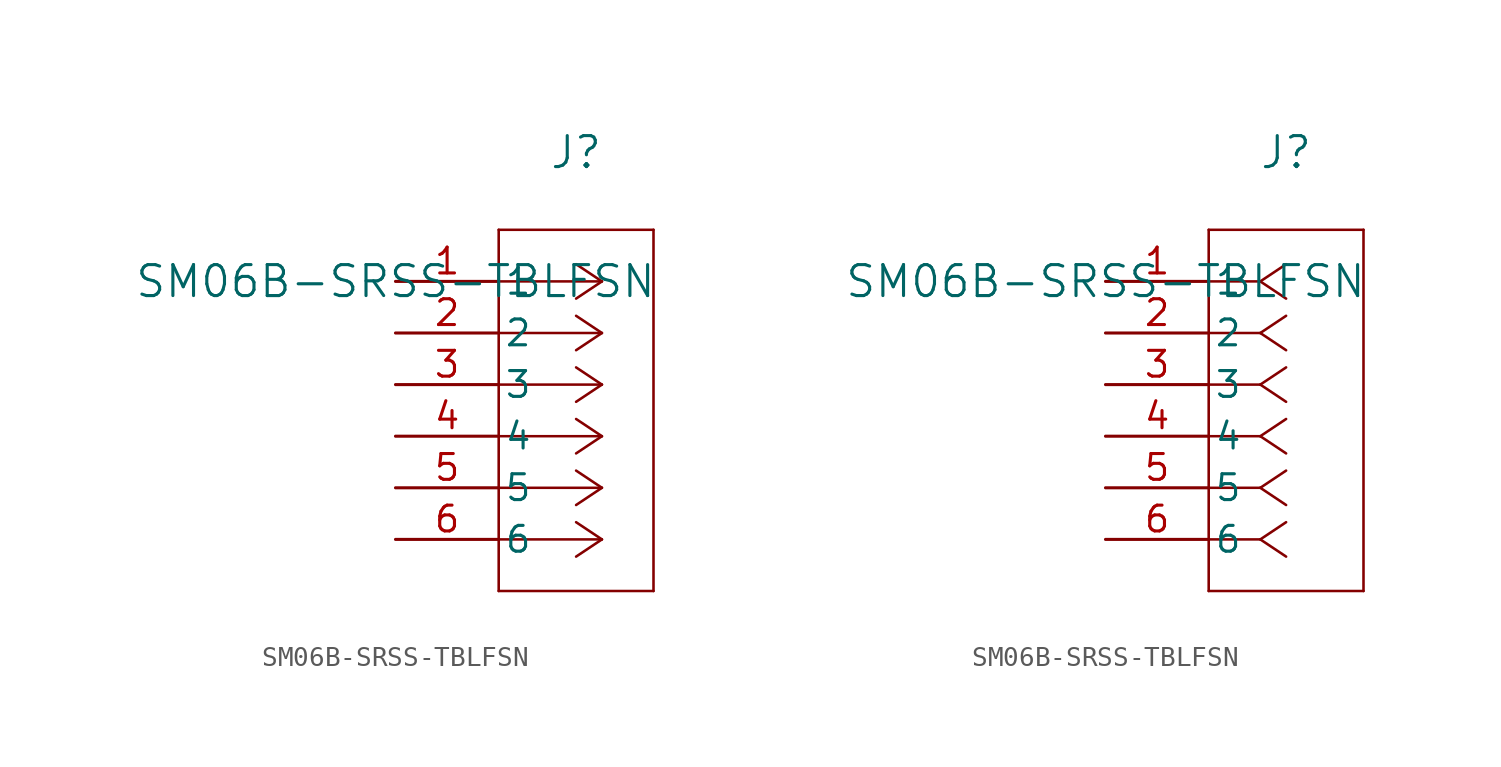
<source format=kicad_sym>
(kicad_symbol_lib
  (version 20211014)
  (generator kicad_symbol_editor)
  (symbol "SM06B-SRSS-TBLFSN"
    (pin_names
      (offset 0.254))
    (property "Reference" "J"
      (at 8.89 6.35 0)
      (effects (font (size 1.524 1.524))))
    (property "Value" "SM06B-SRSS-TBLFSN"
      (at 0 0 0)
      (effects (font (size 1.524 1.524))))
    (symbol "SM06B-SRSS-TBLFSN_1_1"
      (polyline (pts (xy 10.16 0) (xy 5.08 0)) (stroke (width 0.127) (type default) (color 0 0 0 0)) (fill (type none)))
      (polyline (pts (xy 10.16 -2.54) (xy 5.08 -2.54)) (stroke (width 0.127) (type default) (color 0 0 0 0)) (fill (type none)))
      (polyline (pts (xy 10.16 -5.08) (xy 5.08 -5.08)) (stroke (width 0.127) (type default) (color 0 0 0 0)) (fill (type none)))
      (polyline (pts (xy 10.16 -7.62) (xy 5.08 -7.62)) (stroke (width 0.127) (type default) (color 0 0 0 0)) (fill (type none)))
      (polyline (pts (xy 10.16 -10.16) (xy 5.08 -10.16)) (stroke (width 0.127) (type default) (color 0 0 0 0)) (fill (type none)))
      (polyline (pts (xy 10.16 -12.7) (xy 5.08 -12.7)) (stroke (width 0.127) (type default) (color 0 0 0 0)) (fill (type none)))
      (polyline (pts (xy 10.16 0) (xy 8.89 0.847)) (stroke (width 0.127) (type default) (color 0 0 0 0)) (fill (type none)))
      (polyline (pts (xy 10.16 -2.54) (xy 8.89 -1.693)) (stroke (width 0.127) (type default) (color 0 0 0 0)) (fill (type none)))
      (polyline (pts (xy 10.16 -5.08) (xy 8.89 -4.233)) (stroke (width 0.127) (type default) (color 0 0 0 0)) (fill (type none)))
      (polyline (pts (xy 10.16 -7.62) (xy 8.89 -6.773)) (stroke (width 0.127) (type default) (color 0 0 0 0)) (fill (type none)))
      (polyline (pts (xy 10.16 -10.16) (xy 8.89 -9.313)) (stroke (width 0.127) (type default) (color 0 0 0 0)) (fill (type none)))
      (polyline (pts (xy 10.16 -12.7) (xy 8.89 -11.853)) (stroke (width 0.127) (type default) (color 0 0 0 0)) (fill (type none)))
      (polyline (pts (xy 10.16 0) (xy 8.89 -0.847)) (stroke (width 0.127) (type default) (color 0 0 0 0)) (fill (type none)))
      (polyline (pts (xy 10.16 -2.54) (xy 8.89 -3.387)) (stroke (width 0.127) (type default) (color 0 0 0 0)) (fill (type none)))
      (polyline (pts (xy 10.16 -5.08) (xy 8.89 -5.927)) (stroke (width 0.127) (type default) (color 0 0 0 0)) (fill (type none)))
      (polyline (pts (xy 10.16 -7.62) (xy 8.89 -8.467)) (stroke (width 0.127) (type default) (color 0 0 0 0)) (fill (type none)))
      (polyline (pts (xy 10.16 -10.16) (xy 8.89 -11.007)) (stroke (width 0.127) (type default) (color 0 0 0 0)) (fill (type none)))
      (polyline (pts (xy 10.16 -12.7) (xy 8.89 -13.547)) (stroke (width 0.127) (type default) (color 0 0 0 0)) (fill (type none)))
      (polyline (pts (xy 5.08 2.54) (xy 5.08 -15.24)) (stroke (width 0.127) (type default) (color 0 0 0 0)) (fill (type none)))
      (polyline (pts (xy 5.08 -15.24) (xy 12.7 -15.24)) (stroke (width 0.127) (type default) (color 0 0 0 0)) (fill (type none)))
      (polyline (pts (xy 12.7 -15.24) (xy 12.7 2.54)) (stroke (width 0.127) (type default) (color 0 0 0 0)) (fill (type none)))
      (polyline (pts (xy 12.7 2.54) (xy 5.08 2.54)) (stroke (width 0.127) (type default) (color 0 0 0 0)) (fill (type none)))
      (pin unspecified line (at 0 0 0) (length 5.08) (name "1" (effects (font (size 1.27 1.27)))) (number "1" (effects (font (size 1.27 1.27)))))
      (pin unspecified line (at 0 -2.54 0) (length 5.08) (name "2" (effects (font (size 1.27 1.27)))) (number "2" (effects (font (size 1.27 1.27)))))
      (pin unspecified line (at 0 -5.08 0) (length 5.08) (name "3" (effects (font (size 1.27 1.27)))) (number "3" (effects (font (size 1.27 1.27)))))
      (pin unspecified line (at 0 -7.62 0) (length 5.08) (name "4" (effects (font (size 1.27 1.27)))) (number "4" (effects (font (size 1.27 1.27)))))
      (pin unspecified line (at 0 -10.16 0) (length 5.08) (name "5" (effects (font (size 1.27 1.27)))) (number "5" (effects (font (size 1.27 1.27)))))
      (pin unspecified line (at 0 -12.7 0) (length 5.08) (name "6" (effects (font (size 1.27 1.27)))) (number "6" (effects (font (size 1.27 1.27))))))
    (symbol "SM06B-SRSS-TBLFSN_1_2"
      (polyline (pts (xy 7.62 0) (xy 5.08 0)) (stroke (width 0.127) (type default) (color 0 0 0 0)) (fill (type none)))
      (polyline (pts (xy 7.62 -2.54) (xy 5.08 -2.54)) (stroke (width 0.127) (type default) (color 0 0 0 0)) (fill (type none)))
      (polyline (pts (xy 7.62 -5.08) (xy 5.08 -5.08)) (stroke (width 0.127) (type default) (color 0 0 0 0)) (fill (type none)))
      (polyline (pts (xy 7.62 -7.62) (xy 5.08 -7.62)) (stroke (width 0.127) (type default) (color 0 0 0 0)) (fill (type none)))
      (polyline (pts (xy 7.62 -10.16) (xy 5.08 -10.16)) (stroke (width 0.127) (type default) (color 0 0 0 0)) (fill (type none)))
      (polyline (pts (xy 7.62 -12.7) (xy 5.08 -12.7)) (stroke (width 0.127) (type default) (color 0 0 0 0)) (fill (type none)))
      (polyline (pts (xy 7.62 0) (xy 8.89 0.847)) (stroke (width 0.127) (type default) (color 0 0 0 0)) (fill (type none)))
      (polyline (pts (xy 7.62 -2.54) (xy 8.89 -1.693)) (stroke (width 0.127) (type default) (color 0 0 0 0)) (fill (type none)))
      (polyline (pts (xy 7.62 -5.08) (xy 8.89 -4.233)) (stroke (width 0.127) (type default) (color 0 0 0 0)) (fill (type none)))
      (polyline (pts (xy 7.62 -7.62) (xy 8.89 -6.773)) (stroke (width 0.127) (type default) (color 0 0 0 0)) (fill (type none)))
      (polyline (pts (xy 7.62 -10.16) (xy 8.89 -9.313)) (stroke (width 0.127) (type default) (color 0 0 0 0)) (fill (type none)))
      (polyline (pts (xy 7.62 -12.7) (xy 8.89 -11.853)) (stroke (width 0.127) (type default) (color 0 0 0 0)) (fill (type none)))
      (polyline (pts (xy 7.62 0) (xy 8.89 -0.847)) (stroke (width 0.127) (type default) (color 0 0 0 0)) (fill (type none)))
      (polyline (pts (xy 7.62 -2.54) (xy 8.89 -3.387)) (stroke (width 0.127) (type default) (color 0 0 0 0)) (fill (type none)))
      (polyline (pts (xy 7.62 -5.08) (xy 8.89 -5.927)) (stroke (width 0.127) (type default) (color 0 0 0 0)) (fill (type none)))
      (polyline (pts (xy 7.62 -7.62) (xy 8.89 -8.467)) (stroke (width 0.127) (type default) (color 0 0 0 0)) (fill (type none)))
      (polyline (pts (xy 7.62 -10.16) (xy 8.89 -11.007)) (stroke (width 0.127) (type default) (color 0 0 0 0)) (fill (type none)))
      (polyline (pts (xy 7.62 -12.7) (xy 8.89 -13.547)) (stroke (width 0.127) (type default) (color 0 0 0 0)) (fill (type none)))
      (polyline (pts (xy 5.08 2.54) (xy 5.08 -15.24)) (stroke (width 0.127) (type default) (color 0 0 0 0)) (fill (type none)))
      (polyline (pts (xy 5.08 -15.24) (xy 12.7 -15.24)) (stroke (width 0.127) (type default) (color 0 0 0 0)) (fill (type none)))
      (polyline (pts (xy 12.7 -15.24) (xy 12.7 2.54)) (stroke (width 0.127) (type default) (color 0 0 0 0)) (fill (type none)))
      (polyline (pts (xy 12.7 2.54) (xy 5.08 2.54)) (stroke (width 0.127) (type default) (color 0 0 0 0)) (fill (type none)))
      (pin unspecified line (at 0 0 0) (length 5.08) (name "1" (effects (font (size 1.27 1.27)))) (number "1" (effects (font (size 1.27 1.27)))))
      (pin unspecified line (at 0 -2.54 0) (length 5.08) (name "2" (effects (font (size 1.27 1.27)))) (number "2" (effects (font (size 1.27 1.27)))))
      (pin unspecified line (at 0 -5.08 0) (length 5.08) (name "3" (effects (font (size 1.27 1.27)))) (number "3" (effects (font (size 1.27 1.27)))))
      (pin unspecified line (at 0 -7.62 0) (length 5.08) (name "4" (effects (font (size 1.27 1.27)))) (number "4" (effects (font (size 1.27 1.27)))))
      (pin unspecified line (at 0 -10.16 0) (length 5.08) (name "5" (effects (font (size 1.27 1.27)))) (number "5" (effects (font (size 1.27 1.27)))))
      (pin unspecified line (at 0 -12.7 0) (length 5.08) (name "6" (effects (font (size 1.27 1.27)))) (number "6" (effects (font (size 1.27 1.27))))))))
</source>
